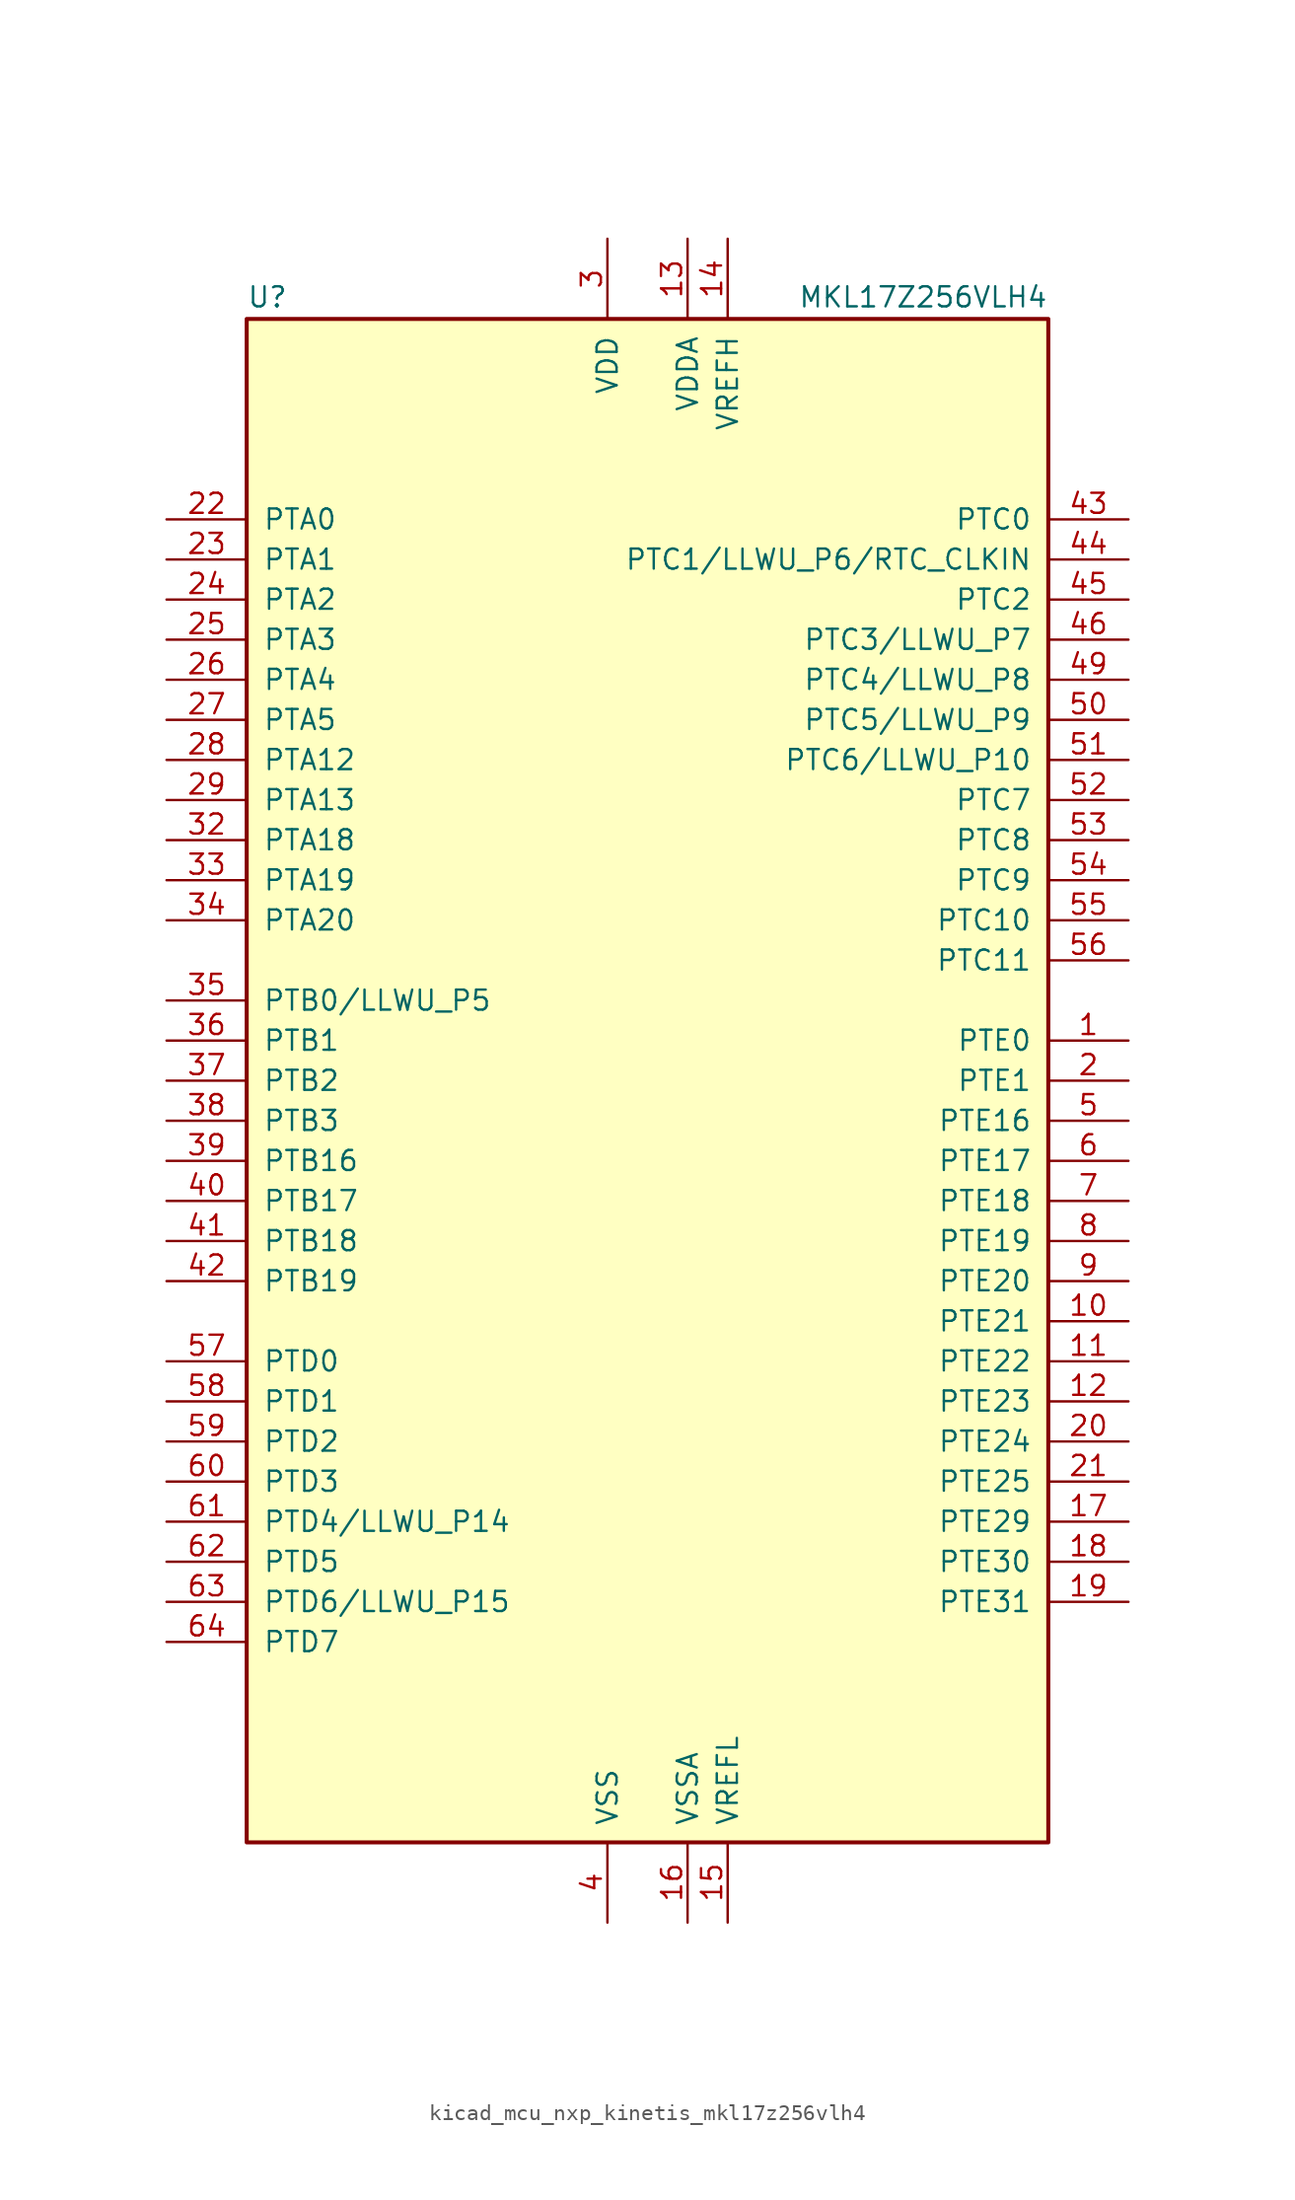
<source format=kicad_sym>
(kicad_symbol_lib
  (version 20220914)
  (generator kicad_symbol_editor)
  (symbol "kicad_mcu_nxp_kinetis_mkl17z256vlh4"
    (pin_names
      (offset 1.016))
    (property "Reference" "U"
      (at -25.4 48.895 0)
      (effects (font (size 1.27 1.27)) (justify left bottom)))
    (property "Value" "MKL17Z256VLH4"
      (at 25.4 48.895 0)
      (effects (font (size 1.27 1.27)) (justify right bottom)))
    (symbol "kicad_mcu_nxp_kinetis_mkl17z256vlh4_0_1"
      (rectangle (start -25.4 48.26) (end 25.4 -48.26) (stroke (width 0.254) (type default)) (fill (type background))))
    (symbol "kicad_mcu_nxp_kinetis_mkl17z256vlh4_1_1"
      (pin bidirectional line (at 30.48 2.54 180) (length 5.08) (name "PTE0" (effects (font (size 1.27 1.27)))) (number "1" (effects (font (size 1.27 1.27)))))
      (pin bidirectional line (at 30.48 -15.24 180) (length 5.08) (name "PTE21" (effects (font (size 1.27 1.27)))) (number "10" (effects (font (size 1.27 1.27)))))
      (pin bidirectional line (at 30.48 -17.78 180) (length 5.08) (name "PTE22" (effects (font (size 1.27 1.27)))) (number "11" (effects (font (size 1.27 1.27)))))
      (pin bidirectional line (at 30.48 -20.32 180) (length 5.08) (name "PTE23" (effects (font (size 1.27 1.27)))) (number "12" (effects (font (size 1.27 1.27)))))
      (pin power_in line (at 2.54 53.34 270) (length 5.08) (name "VDDA" (effects (font (size 1.27 1.27)))) (number "13" (effects (font (size 1.27 1.27)))))
      (pin power_in line (at 5.08 53.34 270) (length 5.08) (name "VREFH" (effects (font (size 1.27 1.27)))) (number "14" (effects (font (size 1.27 1.27)))))
      (pin power_in line (at 5.08 -53.34 90) (length 5.08) (name "VREFL" (effects (font (size 1.27 1.27)))) (number "15" (effects (font (size 1.27 1.27)))))
      (pin power_in line (at 2.54 -53.34 90) (length 5.08) (name "VSSA" (effects (font (size 1.27 1.27)))) (number "16" (effects (font (size 1.27 1.27)))))
      (pin bidirectional line (at 30.48 -27.94 180) (length 5.08) (name "PTE29" (effects (font (size 1.27 1.27)))) (number "17" (effects (font (size 1.27 1.27)))))
      (pin bidirectional line (at 30.48 -30.48 180) (length 5.08) (name "PTE30" (effects (font (size 1.27 1.27)))) (number "18" (effects (font (size 1.27 1.27)))))
      (pin bidirectional line (at 30.48 -33.02 180) (length 5.08) (name "PTE31" (effects (font (size 1.27 1.27)))) (number "19" (effects (font (size 1.27 1.27)))))
      (pin bidirectional line (at 30.48 0 180) (length 5.08) (name "PTE1" (effects (font (size 1.27 1.27)))) (number "2" (effects (font (size 1.27 1.27)))))
      (pin bidirectional line (at 30.48 -22.86 180) (length 5.08) (name "PTE24" (effects (font (size 1.27 1.27)))) (number "20" (effects (font (size 1.27 1.27)))))
      (pin bidirectional line (at 30.48 -25.4 180) (length 5.08) (name "PTE25" (effects (font (size 1.27 1.27)))) (number "21" (effects (font (size 1.27 1.27)))))
      (pin bidirectional line (at -30.48 35.56 0) (length 5.08) (name "PTA0" (effects (font (size 1.27 1.27)))) (number "22" (effects (font (size 1.27 1.27)))))
      (pin bidirectional line (at -30.48 33.02 0) (length 5.08) (name "PTA1" (effects (font (size 1.27 1.27)))) (number "23" (effects (font (size 1.27 1.27)))))
      (pin bidirectional line (at -30.48 30.48 0) (length 5.08) (name "PTA2" (effects (font (size 1.27 1.27)))) (number "24" (effects (font (size 1.27 1.27)))))
      (pin bidirectional line (at -30.48 27.94 0) (length 5.08) (name "PTA3" (effects (font (size 1.27 1.27)))) (number "25" (effects (font (size 1.27 1.27)))))
      (pin bidirectional line (at -30.48 25.4 0) (length 5.08) (name "PTA4" (effects (font (size 1.27 1.27)))) (number "26" (effects (font (size 1.27 1.27)))))
      (pin bidirectional line (at -30.48 22.86 0) (length 5.08) (name "PTA5" (effects (font (size 1.27 1.27)))) (number "27" (effects (font (size 1.27 1.27)))))
      (pin bidirectional line (at -30.48 20.32 0) (length 5.08) (name "PTA12" (effects (font (size 1.27 1.27)))) (number "28" (effects (font (size 1.27 1.27)))))
      (pin bidirectional line (at -30.48 17.78 0) (length 5.08) (name "PTA13" (effects (font (size 1.27 1.27)))) (number "29" (effects (font (size 1.27 1.27)))))
      (pin power_in line (at -2.54 53.34 270) (length 5.08) (name "VDD" (effects (font (size 1.27 1.27)))) (number "3" (effects (font (size 1.27 1.27)))))
      (pin passive line (at -2.54 53.34 270) (length 5.08) hide (name "VDD" (effects (font (size 1.27 1.27)))) (number "30" (effects (font (size 1.27 1.27)))))
      (pin passive line (at -2.54 -53.34 90) (length 5.08) hide (name "VSS" (effects (font (size 1.27 1.27)))) (number "31" (effects (font (size 1.27 1.27)))))
      (pin bidirectional line (at -30.48 15.24 0) (length 5.08) (name "PTA18" (effects (font (size 1.27 1.27)))) (number "32" (effects (font (size 1.27 1.27)))))
      (pin bidirectional line (at -30.48 12.7 0) (length 5.08) (name "PTA19" (effects (font (size 1.27 1.27)))) (number "33" (effects (font (size 1.27 1.27)))))
      (pin bidirectional line (at -30.48 10.16 0) (length 5.08) (name "PTA20" (effects (font (size 1.27 1.27)))) (number "34" (effects (font (size 1.27 1.27)))))
      (pin bidirectional line (at -30.48 5.08 0) (length 5.08) (name "PTB0/LLWU_P5" (effects (font (size 1.27 1.27)))) (number "35" (effects (font (size 1.27 1.27)))))
      (pin bidirectional line (at -30.48 2.54 0) (length 5.08) (name "PTB1" (effects (font (size 1.27 1.27)))) (number "36" (effects (font (size 1.27 1.27)))))
      (pin bidirectional line (at -30.48 0 0) (length 5.08) (name "PTB2" (effects (font (size 1.27 1.27)))) (number "37" (effects (font (size 1.27 1.27)))))
      (pin bidirectional line (at -30.48 -2.54 0) (length 5.08) (name "PTB3" (effects (font (size 1.27 1.27)))) (number "38" (effects (font (size 1.27 1.27)))))
      (pin bidirectional line (at -30.48 -5.08 0) (length 5.08) (name "PTB16" (effects (font (size 1.27 1.27)))) (number "39" (effects (font (size 1.27 1.27)))))
      (pin power_in line (at -2.54 -53.34 90) (length 5.08) (name "VSS" (effects (font (size 1.27 1.27)))) (number "4" (effects (font (size 1.27 1.27)))))
      (pin bidirectional line (at -30.48 -7.62 0) (length 5.08) (name "PTB17" (effects (font (size 1.27 1.27)))) (number "40" (effects (font (size 1.27 1.27)))))
      (pin bidirectional line (at -30.48 -10.16 0) (length 5.08) (name "PTB18" (effects (font (size 1.27 1.27)))) (number "41" (effects (font (size 1.27 1.27)))))
      (pin bidirectional line (at -30.48 -12.7 0) (length 5.08) (name "PTB19" (effects (font (size 1.27 1.27)))) (number "42" (effects (font (size 1.27 1.27)))))
      (pin bidirectional line (at 30.48 35.56 180) (length 5.08) (name "PTC0" (effects (font (size 1.27 1.27)))) (number "43" (effects (font (size 1.27 1.27)))))
      (pin bidirectional line (at 30.48 33.02 180) (length 5.08) (name "PTC1/LLWU_P6/RTC_CLKIN" (effects (font (size 1.27 1.27)))) (number "44" (effects (font (size 1.27 1.27)))))
      (pin bidirectional line (at 30.48 30.48 180) (length 5.08) (name "PTC2" (effects (font (size 1.27 1.27)))) (number "45" (effects (font (size 1.27 1.27)))))
      (pin bidirectional line (at 30.48 27.94 180) (length 5.08) (name "PTC3/LLWU_P7" (effects (font (size 1.27 1.27)))) (number "46" (effects (font (size 1.27 1.27)))))
      (pin passive line (at -2.54 -53.34 90) (length 5.08) hide (name "VSS" (effects (font (size 1.27 1.27)))) (number "47" (effects (font (size 1.27 1.27)))))
      (pin passive line (at -2.54 53.34 270) (length 5.08) hide (name "VDD" (effects (font (size 1.27 1.27)))) (number "48" (effects (font (size 1.27 1.27)))))
      (pin bidirectional line (at 30.48 25.4 180) (length 5.08) (name "PTC4/LLWU_P8" (effects (font (size 1.27 1.27)))) (number "49" (effects (font (size 1.27 1.27)))))
      (pin bidirectional line (at 30.48 -2.54 180) (length 5.08) (name "PTE16" (effects (font (size 1.27 1.27)))) (number "5" (effects (font (size 1.27 1.27)))))
      (pin bidirectional line (at 30.48 22.86 180) (length 5.08) (name "PTC5/LLWU_P9" (effects (font (size 1.27 1.27)))) (number "50" (effects (font (size 1.27 1.27)))))
      (pin bidirectional line (at 30.48 20.32 180) (length 5.08) (name "PTC6/LLWU_P10" (effects (font (size 1.27 1.27)))) (number "51" (effects (font (size 1.27 1.27)))))
      (pin bidirectional line (at 30.48 17.78 180) (length 5.08) (name "PTC7" (effects (font (size 1.27 1.27)))) (number "52" (effects (font (size 1.27 1.27)))))
      (pin bidirectional line (at 30.48 15.24 180) (length 5.08) (name "PTC8" (effects (font (size 1.27 1.27)))) (number "53" (effects (font (size 1.27 1.27)))))
      (pin bidirectional line (at 30.48 12.7 180) (length 5.08) (name "PTC9" (effects (font (size 1.27 1.27)))) (number "54" (effects (font (size 1.27 1.27)))))
      (pin bidirectional line (at 30.48 10.16 180) (length 5.08) (name "PTC10" (effects (font (size 1.27 1.27)))) (number "55" (effects (font (size 1.27 1.27)))))
      (pin bidirectional line (at 30.48 7.62 180) (length 5.08) (name "PTC11" (effects (font (size 1.27 1.27)))) (number "56" (effects (font (size 1.27 1.27)))))
      (pin bidirectional line (at -30.48 -17.78 0) (length 5.08) (name "PTD0" (effects (font (size 1.27 1.27)))) (number "57" (effects (font (size 1.27 1.27)))))
      (pin bidirectional line (at -30.48 -20.32 0) (length 5.08) (name "PTD1" (effects (font (size 1.27 1.27)))) (number "58" (effects (font (size 1.27 1.27)))))
      (pin bidirectional line (at -30.48 -22.86 0) (length 5.08) (name "PTD2" (effects (font (size 1.27 1.27)))) (number "59" (effects (font (size 1.27 1.27)))))
      (pin bidirectional line (at 30.48 -5.08 180) (length 5.08) (name "PTE17" (effects (font (size 1.27 1.27)))) (number "6" (effects (font (size 1.27 1.27)))))
      (pin bidirectional line (at -30.48 -25.4 0) (length 5.08) (name "PTD3" (effects (font (size 1.27 1.27)))) (number "60" (effects (font (size 1.27 1.27)))))
      (pin bidirectional line (at -30.48 -27.94 0) (length 5.08) (name "PTD4/LLWU_P14" (effects (font (size 1.27 1.27)))) (number "61" (effects (font (size 1.27 1.27)))))
      (pin bidirectional line (at -30.48 -30.48 0) (length 5.08) (name "PTD5" (effects (font (size 1.27 1.27)))) (number "62" (effects (font (size 1.27 1.27)))))
      (pin bidirectional line (at -30.48 -33.02 0) (length 5.08) (name "PTD6/LLWU_P15" (effects (font (size 1.27 1.27)))) (number "63" (effects (font (size 1.27 1.27)))))
      (pin bidirectional line (at -30.48 -35.56 0) (length 5.08) (name "PTD7" (effects (font (size 1.27 1.27)))) (number "64" (effects (font (size 1.27 1.27)))))
      (pin bidirectional line (at 30.48 -7.62 180) (length 5.08) (name "PTE18" (effects (font (size 1.27 1.27)))) (number "7" (effects (font (size 1.27 1.27)))))
      (pin bidirectional line (at 30.48 -10.16 180) (length 5.08) (name "PTE19" (effects (font (size 1.27 1.27)))) (number "8" (effects (font (size 1.27 1.27)))))
      (pin bidirectional line (at 30.48 -12.7 180) (length 5.08) (name "PTE20" (effects (font (size 1.27 1.27)))) (number "9" (effects (font (size 1.27 1.27))))))))
</source>
